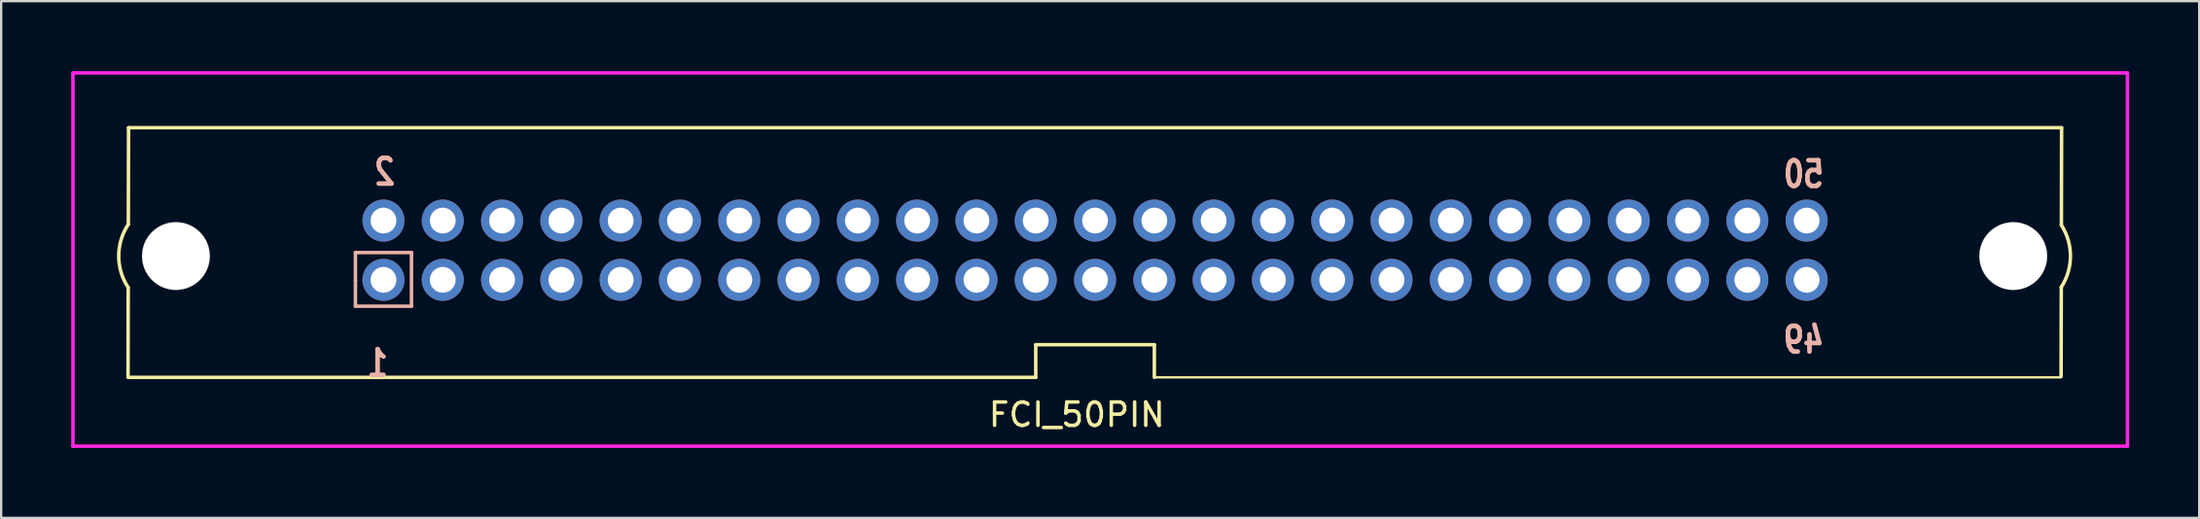
<source format=kicad_pcb>
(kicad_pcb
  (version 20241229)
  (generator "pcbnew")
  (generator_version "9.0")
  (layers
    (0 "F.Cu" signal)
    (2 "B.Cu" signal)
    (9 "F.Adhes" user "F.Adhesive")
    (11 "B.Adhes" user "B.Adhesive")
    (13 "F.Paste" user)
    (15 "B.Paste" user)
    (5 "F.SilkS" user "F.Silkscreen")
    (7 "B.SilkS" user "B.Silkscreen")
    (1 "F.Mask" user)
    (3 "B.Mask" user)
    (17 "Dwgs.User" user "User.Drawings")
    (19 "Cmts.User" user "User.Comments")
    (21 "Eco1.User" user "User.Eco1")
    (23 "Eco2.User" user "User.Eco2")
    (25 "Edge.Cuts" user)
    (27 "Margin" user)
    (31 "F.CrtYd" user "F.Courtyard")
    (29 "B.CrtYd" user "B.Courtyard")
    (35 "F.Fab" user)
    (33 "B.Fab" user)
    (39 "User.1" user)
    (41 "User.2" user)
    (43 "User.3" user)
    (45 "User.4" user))
  (footprint "FCI_50PIN"
    (layer "F.Cu")
    (at 43.575 13.975)
    (property "Reference" "FCI_50PIN" (at -0.5 0.75 0) (layer "F.SilkS") (effects (font (size 1 1) (thickness 0.15))))
    (attr through_hole)
    (fp_line (start -41.141 -0.85) (end -2.26 -0.85) (stroke (width 0.15) (type solid)) (layer "F.SilkS"))
    (fp_line (start -41.133 -4.697) (end -41.141 -0.9) (stroke (width 0.15) (type solid)) (layer "F.SilkS"))
    (fp_line (start -41.119 -11.55) (end -41.128 -7.41) (stroke (width 0.15) (type solid)) (layer "F.SilkS"))
    (fp_line (start -2.26 -2.25) (end 2.82 -2.25) (stroke (width 0.15) (type solid)) (layer "F.SilkS"))
    (fp_line (start -2.26 -0.85) (end -2.26 -2.25) (stroke (width 0.15) (type solid)) (layer "F.SilkS"))
    (fp_line (start 2.82 -2.25) (end 2.82 -0.85) (stroke (width 0.15) (type solid)) (layer "F.SilkS"))
    (fp_line (start 2.82 -0.85) (end 41.659 -0.85) (stroke (width 0.1) (type solid)) (layer "F.SilkS"))
    (fp_line (start 41.659 -0.9) (end 41.667 -4.72) (stroke (width 0.15) (type solid)) (layer "F.SilkS"))
    (fp_line (start 41.672 -7.373) (end 41.681 -11.55) (stroke (width 0.15) (type solid)) (layer "F.SilkS"))
    (fp_line (start 41.681 -11.55) (end -41.119 -11.55) (stroke (width 0.15) (type solid)) (layer "F.SilkS"))
    (fp_arc (start -41.133373 -4.698287) (mid -41.539995 -6.054915) (end -41.127933 -7.409901) (stroke (width 0.15) (type solid)) (layer "F.SilkS"))
    (fp_arc (start 41.671302 -7.374212) (mid 42.059998 -6.046464) (end 41.667471 -4.719844) (stroke (width 0.15) (type solid)) (layer "F.SilkS"))
    (fp_line (start -31.4 -6.2) (end -29 -6.2) (stroke (width 0.15) (type solid)) (layer "B.SilkS"))
    (fp_line (start -31.4 -5) (end -31.4 -6.2) (stroke (width 0.15) (type solid)) (layer "B.SilkS"))
    (fp_line (start -31.4 -3.9) (end -31.4 -5) (stroke (width 0.15) (type solid)) (layer "B.SilkS"))
    (fp_line (start -29 -6.2) (end -29 -3.9) (stroke (width 0.15) (type solid)) (layer "B.SilkS"))
    (fp_line (start -29 -3.9) (end -31.4 -3.9) (stroke (width 0.15) (type solid)) (layer "B.SilkS"))
    (fp_circle (center -39.09 -6.05) (end -37.64 -6.05) (stroke (width 0.01) (type solid)) (fill no) (layer "Dwgs.User"))
    (fp_circle (center -30.2 -7.57) (end -29.65 -7.57) (stroke (width 0.01) (type solid)) (fill no) (layer "Dwgs.User"))
    (fp_circle (center -30.2 -5.03) (end -29.65 -5.03) (stroke (width 0.01) (type solid)) (fill no) (layer "Dwgs.User"))
    (fp_circle (center -27.66 -7.57) (end -27.11 -7.57) (stroke (width 0.01) (type solid)) (fill no) (layer "Dwgs.User"))
    (fp_circle (center -27.66 -5.03) (end -27.11 -5.03) (stroke (width 0.01) (type solid)) (fill no) (layer "Dwgs.User"))
    (fp_circle (center -25.12 -7.57) (end -24.57 -7.57) (stroke (width 0.01) (type solid)) (fill no) (layer "Dwgs.User"))
    (fp_circle (center -25.12 -5.03) (end -24.57 -5.03) (stroke (width 0.01) (type solid)) (fill no) (layer "Dwgs.User"))
    (fp_circle (center -22.58 -7.57) (end -22.03 -7.57) (stroke (width 0.01) (type solid)) (fill no) (layer "Dwgs.User"))
    (fp_circle (center -22.58 -5.03) (end -22.03 -5.03) (stroke (width 0.01) (type solid)) (fill no) (layer "Dwgs.User"))
    (fp_circle (center -20.04 -7.57) (end -19.49 -7.57) (stroke (width 0.01) (type solid)) (fill no) (layer "Dwgs.User"))
    (fp_circle (center -20.04 -5.03) (end -19.49 -5.03) (stroke (width 0.01) (type solid)) (fill no) (layer "Dwgs.User"))
    (fp_circle (center -17.5 -7.57) (end -16.95 -7.57) (stroke (width 0.01) (type solid)) (fill no) (layer "Dwgs.User"))
    (fp_circle (center -17.5 -5.03) (end -16.95 -5.03) (stroke (width 0.01) (type solid)) (fill no) (layer "Dwgs.User"))
    (fp_circle (center -14.96 -7.57) (end -14.41 -7.57) (stroke (width 0.01) (type solid)) (fill no) (layer "Dwgs.User"))
    (fp_circle (center -14.96 -5.03) (end -14.41 -5.03) (stroke (width 0.01) (type solid)) (fill no) (layer "Dwgs.User"))
    (fp_circle (center -12.42 -7.57) (end -11.87 -7.57) (stroke (width 0.01) (type solid)) (fill no) (layer "Dwgs.User"))
    (fp_circle (center -12.42 -5.03) (end -11.87 -5.03) (stroke (width 0.01) (type solid)) (fill no) (layer "Dwgs.User"))
    (fp_circle (center -9.88 -7.57) (end -9.33 -7.57) (stroke (width 0.01) (type solid)) (fill no) (layer "Dwgs.User"))
    (fp_circle (center -9.88 -5.03) (end -9.33 -5.03) (stroke (width 0.01) (type solid)) (fill no) (layer "Dwgs.User"))
    (fp_circle (center -7.34 -7.57) (end -6.79 -7.57) (stroke (width 0.01) (type solid)) (fill no) (layer "Dwgs.User"))
    (fp_circle (center -7.34 -5.03) (end -6.79 -5.03) (stroke (width 0.01) (type solid)) (fill no) (layer "Dwgs.User"))
    (fp_circle (center -4.8 -7.57) (end -4.25 -7.57) (stroke (width 0.01) (type solid)) (fill no) (layer "Dwgs.User"))
    (fp_circle (center -4.8 -5.03) (end -4.25 -5.03) (stroke (width 0.01) (type solid)) (fill no) (layer "Dwgs.User"))
    (fp_circle (center -2.26 -7.57) (end -1.71 -7.57) (stroke (width 0.01) (type solid)) (fill no) (layer "Dwgs.User"))
    (fp_circle (center -2.26 -5.03) (end -1.71 -5.03) (stroke (width 0.01) (type solid)) (fill no) (layer "Dwgs.User"))
    (fp_circle (center 0.28 -7.57) (end 0.83 -7.57) (stroke (width 0.01) (type solid)) (fill no) (layer "Dwgs.User"))
    (fp_circle (center 0.28 -5.03) (end 0.83 -5.03) (stroke (width 0.01) (type solid)) (fill no) (layer "Dwgs.User"))
    (fp_circle (center 2.82 -7.57) (end 3.37 -7.57) (stroke (width 0.01) (type solid)) (fill no) (layer "Dwgs.User"))
    (fp_circle (center 2.82 -5.03) (end 3.37 -5.03) (stroke (width 0.01) (type solid)) (fill no) (layer "Dwgs.User"))
    (fp_circle (center 5.36 -7.57) (end 5.91 -7.57) (stroke (width 0.01) (type solid)) (fill no) (layer "Dwgs.User"))
    (fp_circle (center 5.36 -5.03) (end 5.91 -5.03) (stroke (width 0.01) (type solid)) (fill no) (layer "Dwgs.User"))
    (fp_circle (center 7.9 -7.57) (end 8.45 -7.57) (stroke (width 0.01) (type solid)) (fill no) (layer "Dwgs.User"))
    (fp_circle (center 7.9 -5.03) (end 8.45 -5.03) (stroke (width 0.01) (type solid)) (fill no) (layer "Dwgs.User"))
    (fp_circle (center 10.44 -7.57) (end 10.99 -7.57) (stroke (width 0.01) (type solid)) (fill no) (layer "Dwgs.User"))
    (fp_circle (center 10.44 -5.03) (end 10.99 -5.03) (stroke (width 0.01) (type solid)) (fill no) (layer "Dwgs.User"))
    (fp_circle (center 12.98 -7.57) (end 13.53 -7.57) (stroke (width 0.01) (type solid)) (fill no) (layer "Dwgs.User"))
    (fp_circle (center 12.98 -5.03) (end 13.53 -5.03) (stroke (width 0.01) (type solid)) (fill no) (layer "Dwgs.User"))
    (fp_circle (center 15.52 -7.57) (end 16.07 -7.57) (stroke (width 0.01) (type solid)) (fill no) (layer "Dwgs.User"))
    (fp_circle (center 15.52 -5.03) (end 16.07 -5.03) (stroke (width 0.01) (type solid)) (fill no) (layer "Dwgs.User"))
    (fp_circle (center 18.06 -7.57) (end 18.61 -7.57) (stroke (width 0.01) (type solid)) (fill no) (layer "Dwgs.User"))
    (fp_circle (center 18.06 -5.03) (end 18.61 -5.03) (stroke (width 0.01) (type solid)) (fill no) (layer "Dwgs.User"))
    (fp_circle (center 20.6 -7.57) (end 21.15 -7.57) (stroke (width 0.01) (type solid)) (fill no) (layer "Dwgs.User"))
    (fp_circle (center 20.6 -5.03) (end 21.15 -5.03) (stroke (width 0.01) (type solid)) (fill no) (layer "Dwgs.User"))
    (fp_circle (center 23.14 -7.57) (end 23.69 -7.57) (stroke (width 0.01) (type solid)) (fill no) (layer "Dwgs.User"))
    (fp_circle (center 23.14 -5.03) (end 23.69 -5.03) (stroke (width 0.01) (type solid)) (fill no) (layer "Dwgs.User"))
    (fp_circle (center 25.68 -7.57) (end 26.23 -7.57) (stroke (width 0.01) (type solid)) (fill no) (layer "Dwgs.User"))
    (fp_circle (center 25.68 -5.03) (end 26.23 -5.03) (stroke (width 0.01) (type solid)) (fill no) (layer "Dwgs.User"))
    (fp_circle (center 28.22 -7.57) (end 28.77 -7.57) (stroke (width 0.01) (type solid)) (fill no) (layer "Dwgs.User"))
    (fp_circle (center 28.22 -5.03) (end 28.77 -5.03) (stroke (width 0.01) (type solid)) (fill no) (layer "Dwgs.User"))
    (fp_circle (center 30.76 -7.57) (end 31.31 -7.57) (stroke (width 0.01) (type solid)) (fill no) (layer "Dwgs.User"))
    (fp_circle (center 30.76 -5.03) (end 31.31 -5.03) (stroke (width 0.01) (type solid)) (fill no) (layer "Dwgs.User"))
    (fp_circle (center 39.61 -6.05) (end 41.06 -6.05) (stroke (width 0.01) (type solid)) (fill no) (layer "Dwgs.User"))
    (fp_line (start -43.5 -13.9) (end -43.5 2.1) (stroke (width 0.15) (type solid)) (layer "F.CrtYd"))
    (fp_line (start -43.5 2.1) (end 44.5 2.1) (stroke (width 0.15) (type solid)) (layer "F.CrtYd"))
    (fp_line (start 44.5 -13.9) (end -43.5 -13.9) (stroke (width 0.15) (type solid)) (layer "F.CrtYd"))
    (fp_line (start 44.5 2.1) (end 44.5 -13.9) (stroke (width 0.15) (type solid)) (layer "F.CrtYd"))
    (fp_text user "2" (at -29.6 -10.3 0) (layer "B.SilkS") (effects (font (size 1.1 0.88) (thickness 0.2)) (justify left top mirror)))
    (fp_text user "49" (at 31.6 -3.1 0) (layer "B.SilkS") (effects (font (size 1.1 0.88) (thickness 0.2)) (justify left top mirror)))
    (fp_text user "50" (at 31.6 -10.2 0) (layer "B.SilkS") (effects (font (size 1.1 0.88) (thickness 0.2)) (justify left top mirror)))
    (fp_text user "1" (at -29.9 -2.1 0) (layer "B.SilkS") (effects (font (size 1.1 0.88) (thickness 0.2)) (justify left top mirror)))
    (pad "" np_thru_hole circle (at -39.09 -6.05) (size 2.9 2.9) (drill 2.9) (layers "*.Cu" "*.Mask"))
    (pad "" np_thru_hole circle (at 39.61 -6.05) (size 2.9 2.9) (drill 2.9) (layers "*.Cu" "*.Mask"))
    (pad "1" thru_hole circle (at -30.2 -5.03) (size 1.8 1.8) (drill 1.1) (layers "*.Cu" "*.Mask"))
    (pad "2" thru_hole circle (at -30.2 -7.57) (size 1.8 1.8) (drill 1.1) (layers "*.Cu" "*.Mask"))
    (pad "3" thru_hole circle (at -27.66 -5.03) (size 1.8 1.8) (drill 1.1) (layers "*.Cu" "*.Mask"))
    (pad "4" thru_hole circle (at -27.66 -7.57) (size 1.8 1.8) (drill 1.1) (layers "*.Cu" "*.Mask"))
    (pad "5" thru_hole circle (at -25.12 -5.03) (size 1.8 1.8) (drill 1.1) (layers "*.Cu" "*.Mask"))
    (pad "6" thru_hole circle (at -25.12 -7.57) (size 1.8 1.8) (drill 1.1) (layers "*.Cu" "*.Mask"))
    (pad "7" thru_hole circle (at -22.58 -5.03) (size 1.8 1.8) (drill 1.1) (layers "*.Cu" "*.Mask"))
    (pad "8" thru_hole circle (at -22.58 -7.57) (size 1.8 1.8) (drill 1.1) (layers "*.Cu" "*.Mask"))
    (pad "9" thru_hole circle (at -20.04 -5.03) (size 1.8 1.8) (drill 1.1) (layers "*.Cu" "*.Mask"))
    (pad "10" thru_hole circle (at -20.04 -7.57) (size 1.8 1.8) (drill 1.1) (layers "*.Cu" "*.Mask"))
    (pad "11" thru_hole circle (at -17.5 -5.03) (size 1.8 1.8) (drill 1.1) (layers "*.Cu" "*.Mask"))
    (pad "12" thru_hole circle (at -17.5 -7.57) (size 1.8 1.8) (drill 1.1) (layers "*.Cu" "*.Mask"))
    (pad "13" thru_hole circle (at -14.96 -5.03) (size 1.8 1.8) (drill 1.1) (layers "*.Cu" "*.Mask"))
    (pad "14" thru_hole circle (at -14.96 -7.57) (size 1.8 1.8) (drill 1.1) (layers "*.Cu" "*.Mask"))
    (pad "15" thru_hole circle (at -12.42 -5.03) (size 1.8 1.8) (drill 1.1) (layers "*.Cu" "*.Mask"))
    (pad "16" thru_hole circle (at -12.42 -7.57) (size 1.8 1.8) (drill 1.1) (layers "*.Cu" "*.Mask"))
    (pad "17" thru_hole circle (at -9.88 -5.03) (size 1.8 1.8) (drill 1.1) (layers "*.Cu" "*.Mask"))
    (pad "18" thru_hole circle (at -9.88 -7.57) (size 1.8 1.8) (drill 1.1) (layers "*.Cu" "*.Mask"))
    (pad "19" thru_hole circle (at -7.34 -5.03) (size 1.8 1.8) (drill 1.1) (layers "*.Cu" "*.Mask"))
    (pad "20" thru_hole circle (at -7.34 -7.57) (size 1.8 1.8) (drill 1.1) (layers "*.Cu" "*.Mask"))
    (pad "21" thru_hole circle (at -4.8 -5.03) (size 1.8 1.8) (drill 1.1) (layers "*.Cu" "*.Mask"))
    (pad "22" thru_hole circle (at -4.8 -7.57) (size 1.8 1.8) (drill 1.1) (layers "*.Cu" "*.Mask"))
    (pad "23" thru_hole circle (at -2.26 -5.03) (size 1.8 1.8) (drill 1.1) (layers "*.Cu" "*.Mask"))
    (pad "24" thru_hole circle (at -2.26 -7.57) (size 1.8 1.8) (drill 1.1) (layers "*.Cu" "*.Mask"))
    (pad "25" thru_hole circle (at 0.28 -5.03) (size 1.8 1.8) (drill 1.1) (layers "*.Cu" "*.Mask"))
    (pad "26" thru_hole circle (at 0.28 -7.57) (size 1.8 1.8) (drill 1.1) (layers "*.Cu" "*.Mask"))
    (pad "27" thru_hole circle (at 2.82 -5.03) (size 1.8 1.8) (drill 1.1) (layers "*.Cu" "*.Mask"))
    (pad "28" thru_hole circle (at 2.82 -7.57) (size 1.8 1.8) (drill 1.1) (layers "*.Cu" "*.Mask"))
    (pad "29" thru_hole circle (at 5.36 -5.03) (size 1.8 1.8) (drill 1.1) (layers "*.Cu" "*.Mask"))
    (pad "30" thru_hole circle (at 5.36 -7.57) (size 1.8 1.8) (drill 1.1) (layers "*.Cu" "*.Mask"))
    (pad "31" thru_hole circle (at 7.9 -5.03) (size 1.8 1.8) (drill 1.1) (layers "*.Cu" "*.Mask"))
    (pad "32" thru_hole circle (at 7.9 -7.57) (size 1.8 1.8) (drill 1.1) (layers "*.Cu" "*.Mask"))
    (pad "33" thru_hole circle (at 10.44 -5.03) (size 1.8 1.8) (drill 1.1) (layers "*.Cu" "*.Mask"))
    (pad "34" thru_hole circle (at 10.44 -7.57) (size 1.8 1.8) (drill 1.1) (layers "*.Cu" "*.Mask"))
    (pad "35" thru_hole circle (at 12.98 -5.03) (size 1.8 1.8) (drill 1.1) (layers "*.Cu" "*.Mask"))
    (pad "36" thru_hole circle (at 12.98 -7.57) (size 1.8 1.8) (drill 1.1) (layers "*.Cu" "*.Mask"))
    (pad "37" thru_hole circle (at 15.52 -5.03) (size 1.8 1.8) (drill 1.1) (layers "*.Cu" "*.Mask"))
    (pad "38" thru_hole circle (at 15.52 -7.57) (size 1.8 1.8) (drill 1.1) (layers "*.Cu" "*.Mask"))
    (pad "39" thru_hole circle (at 18.06 -5.03) (size 1.8 1.8) (drill 1.1) (layers "*.Cu" "*.Mask"))
    (pad "40" thru_hole circle (at 18.06 -7.57) (size 1.8 1.8) (drill 1.1) (layers "*.Cu" "*.Mask"))
    (pad "41" thru_hole circle (at 20.6 -5.03) (size 1.8 1.8) (drill 1.1) (layers "*.Cu" "*.Mask"))
    (pad "42" thru_hole circle (at 20.6 -7.57) (size 1.8 1.8) (drill 1.1) (layers "*.Cu" "*.Mask"))
    (pad "43" thru_hole circle (at 23.14 -5.03) (size 1.8 1.8) (drill 1.1) (layers "*.Cu" "*.Mask"))
    (pad "44" thru_hole circle (at 23.14 -7.57) (size 1.8 1.8) (drill 1.1) (layers "*.Cu" "*.Mask"))
    (pad "45" thru_hole circle (at 25.68 -5.03) (size 1.8 1.8) (drill 1.1) (layers "*.Cu" "*.Mask"))
    (pad "46" thru_hole circle (at 25.68 -7.57) (size 1.8 1.8) (drill 1.1) (layers "*.Cu" "*.Mask"))
    (pad "47" thru_hole circle (at 28.22 -5.03) (size 1.8 1.8) (drill 1.1) (layers "*.Cu" "*.Mask"))
    (pad "48" thru_hole circle (at 28.22 -7.57) (size 1.8 1.8) (drill 1.1) (layers "*.Cu" "*.Mask"))
    (pad "49" thru_hole circle (at 30.76 -5.03) (size 1.8 1.8) (drill 1.1) (layers "*.Cu" "*.Mask"))
    (pad "50" thru_hole circle (at 30.76 -7.57) (size 1.8 1.8) (drill 1.1) (layers "*.Cu" "*.Mask")))
  (gr_rect
    (start -3 -3)
    (end 91.15 19.15)
    (stroke (width 0.1) (type default))
    (fill no)
    (layer "Edge.Cuts")))
</source>
